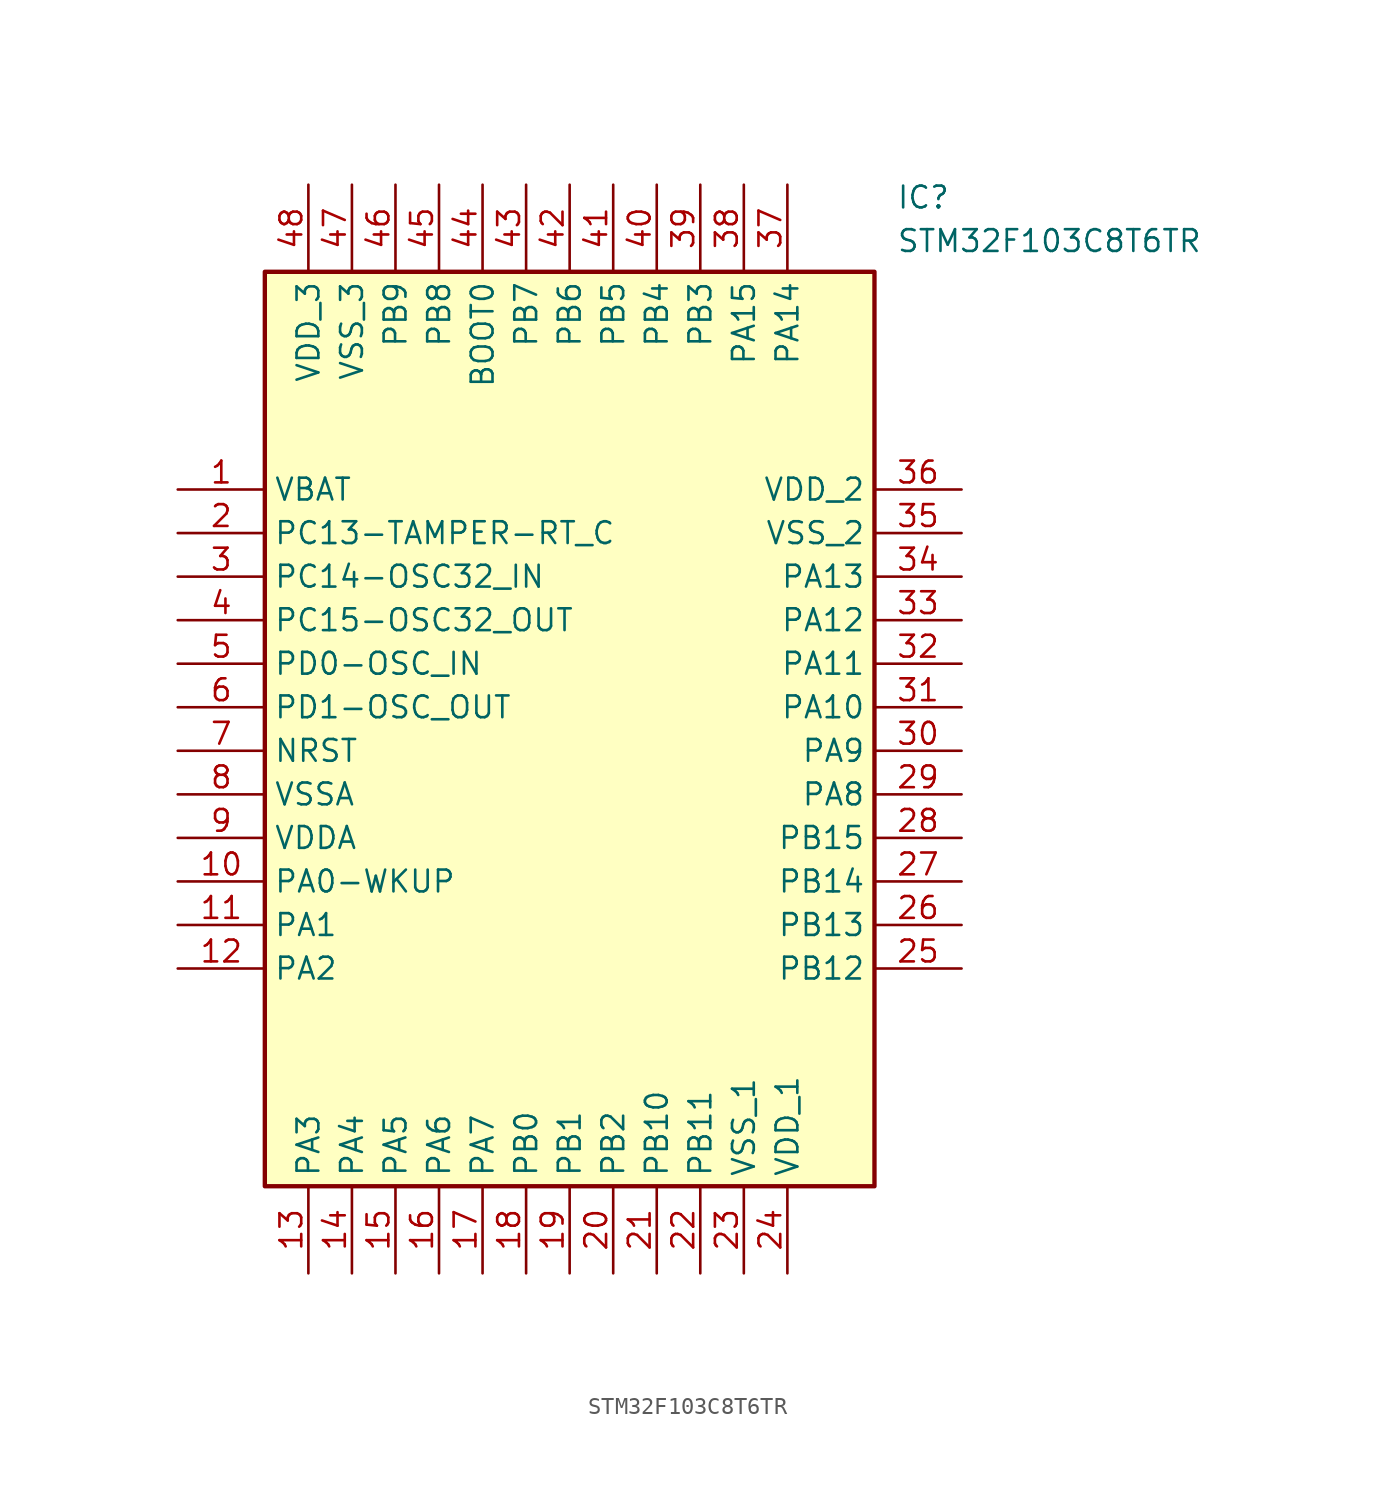
<source format=kicad_sym>
(kicad_symbol_lib
  (version 20211014)
  (generator SamacSys_ECAD_Model)
  (symbol "STM32F103C8T6TR"
    (property "Reference" "IC"
      (at 41.91 17.78 0)
      (effects (font (size 1.27 1.27)) (justify left top)))
    (property "Value" "STM32F103C8T6TR"
      (at 41.91 15.24 0)
      (effects (font (size 1.27 1.27)) (justify left top)))
    (rectangle
      (start 5.08 12.7)
      (end 40.64 -40.64)
      (stroke (width 0.254) (type default))
      (fill (type background)))
    (pin passive line
      (at 0 0 0)
      (length 5.08)
      (name "VBAT" (effects (font (size 1.27 1.27))))
      (number "1" (effects (font (size 1.27 1.27)))))
    (pin passive line
      (at 0 -2.54 0)
      (length 5.08)
      (name "PC13-TAMPER-RT_C" (effects (font (size 1.27 1.27))))
      (number "2" (effects (font (size 1.27 1.27)))))
    (pin passive line
      (at 0 -5.08 0)
      (length 5.08)
      (name "PC14-OSC32_IN" (effects (font (size 1.27 1.27))))
      (number "3" (effects (font (size 1.27 1.27)))))
    (pin passive line
      (at 0 -7.62 0)
      (length 5.08)
      (name "PC15-OSC32_OUT" (effects (font (size 1.27 1.27))))
      (number "4" (effects (font (size 1.27 1.27)))))
    (pin passive line
      (at 0 -10.16 0)
      (length 5.08)
      (name "PD0-OSC_IN" (effects (font (size 1.27 1.27))))
      (number "5" (effects (font (size 1.27 1.27)))))
    (pin passive line
      (at 0 -12.7 0)
      (length 5.08)
      (name "PD1-OSC_OUT" (effects (font (size 1.27 1.27))))
      (number "6" (effects (font (size 1.27 1.27)))))
    (pin passive line
      (at 0 -15.24 0)
      (length 5.08)
      (name "NRST" (effects (font (size 1.27 1.27))))
      (number "7" (effects (font (size 1.27 1.27)))))
    (pin passive line
      (at 0 -17.78 0)
      (length 5.08)
      (name "VSSA" (effects (font (size 1.27 1.27))))
      (number "8" (effects (font (size 1.27 1.27)))))
    (pin passive line
      (at 0 -20.32 0)
      (length 5.08)
      (name "VDDA" (effects (font (size 1.27 1.27))))
      (number "9" (effects (font (size 1.27 1.27)))))
    (pin passive line
      (at 0 -22.86 0)
      (length 5.08)
      (name "PA0-WKUP" (effects (font (size 1.27 1.27))))
      (number "10" (effects (font (size 1.27 1.27)))))
    (pin passive line
      (at 0 -25.4 0)
      (length 5.08)
      (name "PA1" (effects (font (size 1.27 1.27))))
      (number "11" (effects (font (size 1.27 1.27)))))
    (pin passive line
      (at 0 -27.94 0)
      (length 5.08)
      (name "PA2" (effects (font (size 1.27 1.27))))
      (number "12" (effects (font (size 1.27 1.27)))))
    (pin passive line
      (at 7.62 -45.72 90)
      (length 5.08)
      (name "PA3" (effects (font (size 1.27 1.27))))
      (number "13" (effects (font (size 1.27 1.27)))))
    (pin passive line
      (at 10.16 -45.72 90)
      (length 5.08)
      (name "PA4" (effects (font (size 1.27 1.27))))
      (number "14" (effects (font (size 1.27 1.27)))))
    (pin passive line
      (at 12.7 -45.72 90)
      (length 5.08)
      (name "PA5" (effects (font (size 1.27 1.27))))
      (number "15" (effects (font (size 1.27 1.27)))))
    (pin passive line
      (at 15.24 -45.72 90)
      (length 5.08)
      (name "PA6" (effects (font (size 1.27 1.27))))
      (number "16" (effects (font (size 1.27 1.27)))))
    (pin passive line
      (at 17.78 -45.72 90)
      (length 5.08)
      (name "PA7" (effects (font (size 1.27 1.27))))
      (number "17" (effects (font (size 1.27 1.27)))))
    (pin passive line
      (at 20.32 -45.72 90)
      (length 5.08)
      (name "PB0" (effects (font (size 1.27 1.27))))
      (number "18" (effects (font (size 1.27 1.27)))))
    (pin passive line
      (at 22.86 -45.72 90)
      (length 5.08)
      (name "PB1" (effects (font (size 1.27 1.27))))
      (number "19" (effects (font (size 1.27 1.27)))))
    (pin passive line
      (at 25.4 -45.72 90)
      (length 5.08)
      (name "PB2" (effects (font (size 1.27 1.27))))
      (number "20" (effects (font (size 1.27 1.27)))))
    (pin passive line
      (at 27.94 -45.72 90)
      (length 5.08)
      (name "PB10" (effects (font (size 1.27 1.27))))
      (number "21" (effects (font (size 1.27 1.27)))))
    (pin passive line
      (at 30.48 -45.72 90)
      (length 5.08)
      (name "PB11" (effects (font (size 1.27 1.27))))
      (number "22" (effects (font (size 1.27 1.27)))))
    (pin passive line
      (at 33.02 -45.72 90)
      (length 5.08)
      (name "VSS_1" (effects (font (size 1.27 1.27))))
      (number "23" (effects (font (size 1.27 1.27)))))
    (pin passive line
      (at 35.56 -45.72 90)
      (length 5.08)
      (name "VDD_1" (effects (font (size 1.27 1.27))))
      (number "24" (effects (font (size 1.27 1.27)))))
    (pin passive line
      (at 45.72 0 180)
      (length 5.08)
      (name "VDD_2" (effects (font (size 1.27 1.27))))
      (number "36" (effects (font (size 1.27 1.27)))))
    (pin passive line
      (at 45.72 -2.54 180)
      (length 5.08)
      (name "VSS_2" (effects (font (size 1.27 1.27))))
      (number "35" (effects (font (size 1.27 1.27)))))
    (pin passive line
      (at 45.72 -5.08 180)
      (length 5.08)
      (name "PA13" (effects (font (size 1.27 1.27))))
      (number "34" (effects (font (size 1.27 1.27)))))
    (pin passive line
      (at 45.72 -7.62 180)
      (length 5.08)
      (name "PA12" (effects (font (size 1.27 1.27))))
      (number "33" (effects (font (size 1.27 1.27)))))
    (pin passive line
      (at 45.72 -10.16 180)
      (length 5.08)
      (name "PA11" (effects (font (size 1.27 1.27))))
      (number "32" (effects (font (size 1.27 1.27)))))
    (pin passive line
      (at 45.72 -12.7 180)
      (length 5.08)
      (name "PA10" (effects (font (size 1.27 1.27))))
      (number "31" (effects (font (size 1.27 1.27)))))
    (pin passive line
      (at 45.72 -15.24 180)
      (length 5.08)
      (name "PA9" (effects (font (size 1.27 1.27))))
      (number "30" (effects (font (size 1.27 1.27)))))
    (pin passive line
      (at 45.72 -17.78 180)
      (length 5.08)
      (name "PA8" (effects (font (size 1.27 1.27))))
      (number "29" (effects (font (size 1.27 1.27)))))
    (pin passive line
      (at 45.72 -20.32 180)
      (length 5.08)
      (name "PB15" (effects (font (size 1.27 1.27))))
      (number "28" (effects (font (size 1.27 1.27)))))
    (pin passive line
      (at 45.72 -22.86 180)
      (length 5.08)
      (name "PB14" (effects (font (size 1.27 1.27))))
      (number "27" (effects (font (size 1.27 1.27)))))
    (pin passive line
      (at 45.72 -25.4 180)
      (length 5.08)
      (name "PB13" (effects (font (size 1.27 1.27))))
      (number "26" (effects (font (size 1.27 1.27)))))
    (pin passive line
      (at 45.72 -27.94 180)
      (length 5.08)
      (name "PB12" (effects (font (size 1.27 1.27))))
      (number "25" (effects (font (size 1.27 1.27)))))
    (pin passive line
      (at 7.62 17.78 270)
      (length 5.08)
      (name "VDD_3" (effects (font (size 1.27 1.27))))
      (number "48" (effects (font (size 1.27 1.27)))))
    (pin passive line
      (at 10.16 17.78 270)
      (length 5.08)
      (name "VSS_3" (effects (font (size 1.27 1.27))))
      (number "47" (effects (font (size 1.27 1.27)))))
    (pin passive line
      (at 12.7 17.78 270)
      (length 5.08)
      (name "PB9" (effects (font (size 1.27 1.27))))
      (number "46" (effects (font (size 1.27 1.27)))))
    (pin passive line
      (at 15.24 17.78 270)
      (length 5.08)
      (name "PB8" (effects (font (size 1.27 1.27))))
      (number "45" (effects (font (size 1.27 1.27)))))
    (pin passive line
      (at 17.78 17.78 270)
      (length 5.08)
      (name "BOOT0" (effects (font (size 1.27 1.27))))
      (number "44" (effects (font (size 1.27 1.27)))))
    (pin passive line
      (at 20.32 17.78 270)
      (length 5.08)
      (name "PB7" (effects (font (size 1.27 1.27))))
      (number "43" (effects (font (size 1.27 1.27)))))
    (pin passive line
      (at 22.86 17.78 270)
      (length 5.08)
      (name "PB6" (effects (font (size 1.27 1.27))))
      (number "42" (effects (font (size 1.27 1.27)))))
    (pin passive line
      (at 25.4 17.78 270)
      (length 5.08)
      (name "PB5" (effects (font (size 1.27 1.27))))
      (number "41" (effects (font (size 1.27 1.27)))))
    (pin passive line
      (at 27.94 17.78 270)
      (length 5.08)
      (name "PB4" (effects (font (size 1.27 1.27))))
      (number "40" (effects (font (size 1.27 1.27)))))
    (pin passive line
      (at 30.48 17.78 270)
      (length 5.08)
      (name "PB3" (effects (font (size 1.27 1.27))))
      (number "39" (effects (font (size 1.27 1.27)))))
    (pin passive line
      (at 33.02 17.78 270)
      (length 5.08)
      (name "PA15" (effects (font (size 1.27 1.27))))
      (number "38" (effects (font (size 1.27 1.27)))))
    (pin passive line
      (at 35.56 17.78 270)
      (length 5.08)
      (name "PA14" (effects (font (size 1.27 1.27))))
      (number "37" (effects (font (size 1.27 1.27)))))))
</source>
